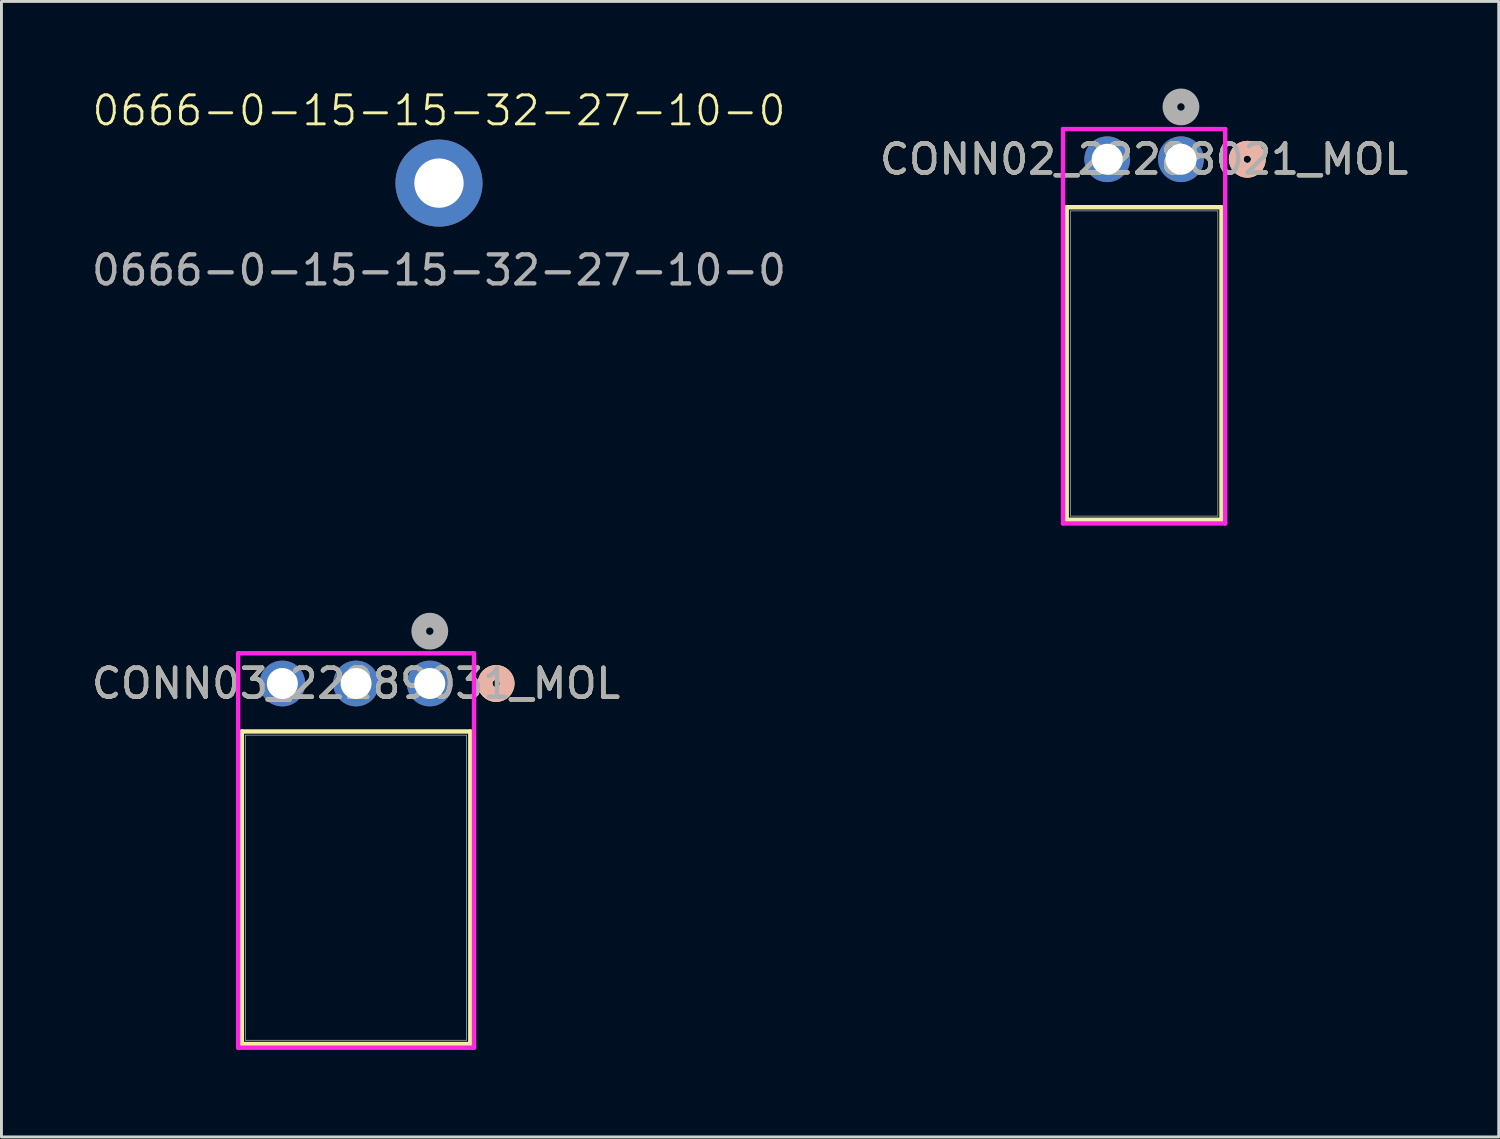
<source format=kicad_pcb>
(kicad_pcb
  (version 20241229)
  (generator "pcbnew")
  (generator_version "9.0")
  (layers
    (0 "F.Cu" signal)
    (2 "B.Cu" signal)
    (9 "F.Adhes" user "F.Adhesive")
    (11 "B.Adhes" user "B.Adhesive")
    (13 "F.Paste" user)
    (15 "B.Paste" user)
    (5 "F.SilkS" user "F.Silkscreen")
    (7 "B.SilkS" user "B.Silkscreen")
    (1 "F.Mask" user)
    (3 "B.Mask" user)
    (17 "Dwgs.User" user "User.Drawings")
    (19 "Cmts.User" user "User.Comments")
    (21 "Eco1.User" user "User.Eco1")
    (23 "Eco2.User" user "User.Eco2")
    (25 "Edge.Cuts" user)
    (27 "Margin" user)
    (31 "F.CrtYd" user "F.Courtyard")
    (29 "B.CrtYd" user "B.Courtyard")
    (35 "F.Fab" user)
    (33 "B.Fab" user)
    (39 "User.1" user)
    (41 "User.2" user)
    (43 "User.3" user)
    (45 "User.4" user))
  (footprint "CONN03_22289031_MOL"
    (layer "F.Cu")
    (at 11.76 20.503)
    (property "Reference" "CONN03_22289031_MOL" (at -2.54 0 0) (unlocked yes) (layer "F.SilkS") (effects (font (size 1 1) (thickness 0.15))))
    (attr through_hole)
    (fp_line (start -6.477 1.653) (end -6.477 12.423) (stroke (width 0.152) (type solid)) (layer "F.SilkS"))
    (fp_line (start -6.477 12.423) (end 1.397 12.423) (stroke (width 0.152) (type solid)) (layer "F.SilkS"))
    (fp_line (start 1.397 1.653) (end -6.477 1.653) (stroke (width 0.152) (type solid)) (layer "F.SilkS"))
    (fp_line (start 1.397 12.423) (end 1.397 1.653) (stroke (width 0.152) (type solid)) (layer "F.SilkS"))
    (fp_circle (center 2.286 0) (end 2.667 0) (stroke (width 0.508) (type solid)) (fill no) (layer "F.SilkS"))
    (fp_circle (center 2.286 0) (end 2.667 0) (stroke (width 0.508) (type solid)) (fill no) (layer "B.SilkS"))
    (fp_line (start -6.604 -1.041) (end -6.604 12.55) (stroke (width 0.152) (type solid)) (layer "F.CrtYd"))
    (fp_line (start -6.604 12.55) (end 1.524 12.55) (stroke (width 0.152) (type solid)) (layer "F.CrtYd"))
    (fp_line (start 1.524 -1.041) (end -6.604 -1.041) (stroke (width 0.152) (type solid)) (layer "F.CrtYd"))
    (fp_line (start 1.524 12.55) (end 1.524 -1.041) (stroke (width 0.152) (type solid)) (layer "F.CrtYd"))
    (fp_line (start -6.35 1.78) (end -6.35 12.296) (stroke (width 0.025) (type solid)) (layer "F.Fab"))
    (fp_line (start -6.35 12.296) (end 1.27 12.296) (stroke (width 0.025) (type solid)) (layer "F.Fab"))
    (fp_line (start 1.27 1.78) (end -6.35 1.78) (stroke (width 0.025) (type solid)) (layer "F.Fab"))
    (fp_line (start 1.27 12.296) (end 1.27 1.78) (stroke (width 0.025) (type solid)) (layer "F.Fab"))
    (fp_circle (center 0 -1.803) (end 0.381 -1.803) (stroke (width 0.508) (type solid)) (fill no) (layer "F.Fab"))
    (fp_text user "${REFERENCE}" (at -2.54 0 0) (unlocked yes) (layer "F.Fab") (effects (font (size 1 1) (thickness 0.15))))
    (pad "1" thru_hole circle (at 0 0) (size 1.575 1.575) (drill 1.067) (layers "*.Cu" "*.Mask"))
    (pad "2" thru_hole circle (at -2.54 0) (size 1.575 1.575) (drill 1.067) (layers "*.Cu" "*.Mask"))
    (pad "3" thru_hole circle (at -5.08 0) (size 1.575 1.575) (drill 1.067) (layers "*.Cu" "*.Mask")))
  (footprint "0666-0-15-15-32-27-10-0"
    (layer "F.Cu")
    (at 12.077 3.26)
    (property "Reference" "0666-0-15-15-32-27-10-0" (at 0 -2.5 0) (unlocked yes) (layer "F.SilkS") (effects (font (size 1 1) (thickness 0.1))))
    (attr smd)
    (fp_text user "${REFERENCE}" (at 0 3 0) (unlocked yes) (layer "F.Fab") (effects (font (size 1 1) (thickness 0.15))))
    (pad "1" thru_hole circle (at 0 0) (size 3 3) (drill 1.7) (layers "*.Cu" "*.Mask")))
  (footprint "CONN02_22288021_MOL"
    (layer "F.Cu")
    (at 37.645 2.438)
    (property "Reference" "CONN02_22288021_MOL" (at -1.27 0 0) (unlocked yes) (layer "F.SilkS") (effects (font (size 1 1) (thickness 0.15))))
    (attr through_hole)
    (fp_line (start -3.937 1.653) (end -3.937 12.423) (stroke (width 0.152) (type solid)) (layer "F.SilkS"))
    (fp_line (start -3.937 12.423) (end 1.397 12.423) (stroke (width 0.152) (type solid)) (layer "F.SilkS"))
    (fp_line (start 1.397 1.653) (end -3.937 1.653) (stroke (width 0.152) (type solid)) (layer "F.SilkS"))
    (fp_line (start 1.397 12.423) (end 1.397 1.653) (stroke (width 0.152) (type solid)) (layer "F.SilkS"))
    (fp_circle (center 2.286 0) (end 2.667 0) (stroke (width 0.508) (type solid)) (fill no) (layer "F.SilkS"))
    (fp_circle (center 2.286 0) (end 2.667 0) (stroke (width 0.508) (type solid)) (fill no) (layer "B.SilkS"))
    (fp_line (start -4.064 -1.041) (end -4.064 12.55) (stroke (width 0.152) (type solid)) (layer "F.CrtYd"))
    (fp_line (start -4.064 12.55) (end 1.524 12.55) (stroke (width 0.152) (type solid)) (layer "F.CrtYd"))
    (fp_line (start 1.524 -1.041) (end -4.064 -1.041) (stroke (width 0.152) (type solid)) (layer "F.CrtYd"))
    (fp_line (start 1.524 12.55) (end 1.524 -1.041) (stroke (width 0.152) (type solid)) (layer "F.CrtYd"))
    (fp_line (start -3.81 1.78) (end -3.81 12.296) (stroke (width 0.025) (type solid)) (layer "F.Fab"))
    (fp_line (start -3.81 12.296) (end 1.27 12.296) (stroke (width 0.025) (type solid)) (layer "F.Fab"))
    (fp_line (start 1.27 1.78) (end -3.81 1.78) (stroke (width 0.025) (type solid)) (layer "F.Fab"))
    (fp_line (start 1.27 12.296) (end 1.27 1.78) (stroke (width 0.025) (type solid)) (layer "F.Fab"))
    (fp_circle (center 0 -1.803) (end 0.381 -1.803) (stroke (width 0.508) (type solid)) (fill no) (layer "F.Fab"))
    (fp_text user "${REFERENCE}" (at -1.27 0 0) (unlocked yes) (layer "F.Fab") (effects (font (size 1 1) (thickness 0.15))))
    (pad "1" thru_hole circle (at 0 0) (size 1.575 1.575) (drill 1.067) (layers "*.Cu" "*.Mask"))
    (pad "2" thru_hole circle (at -2.54 0) (size 1.575 1.575) (drill 1.067) (layers "*.Cu" "*.Mask")))
  (gr_rect
    (start -3 -3)
    (end 48.595 36.128)
    (stroke (width 0.1) (type default))
    (fill no)
    (layer "Edge.Cuts")))
</source>
